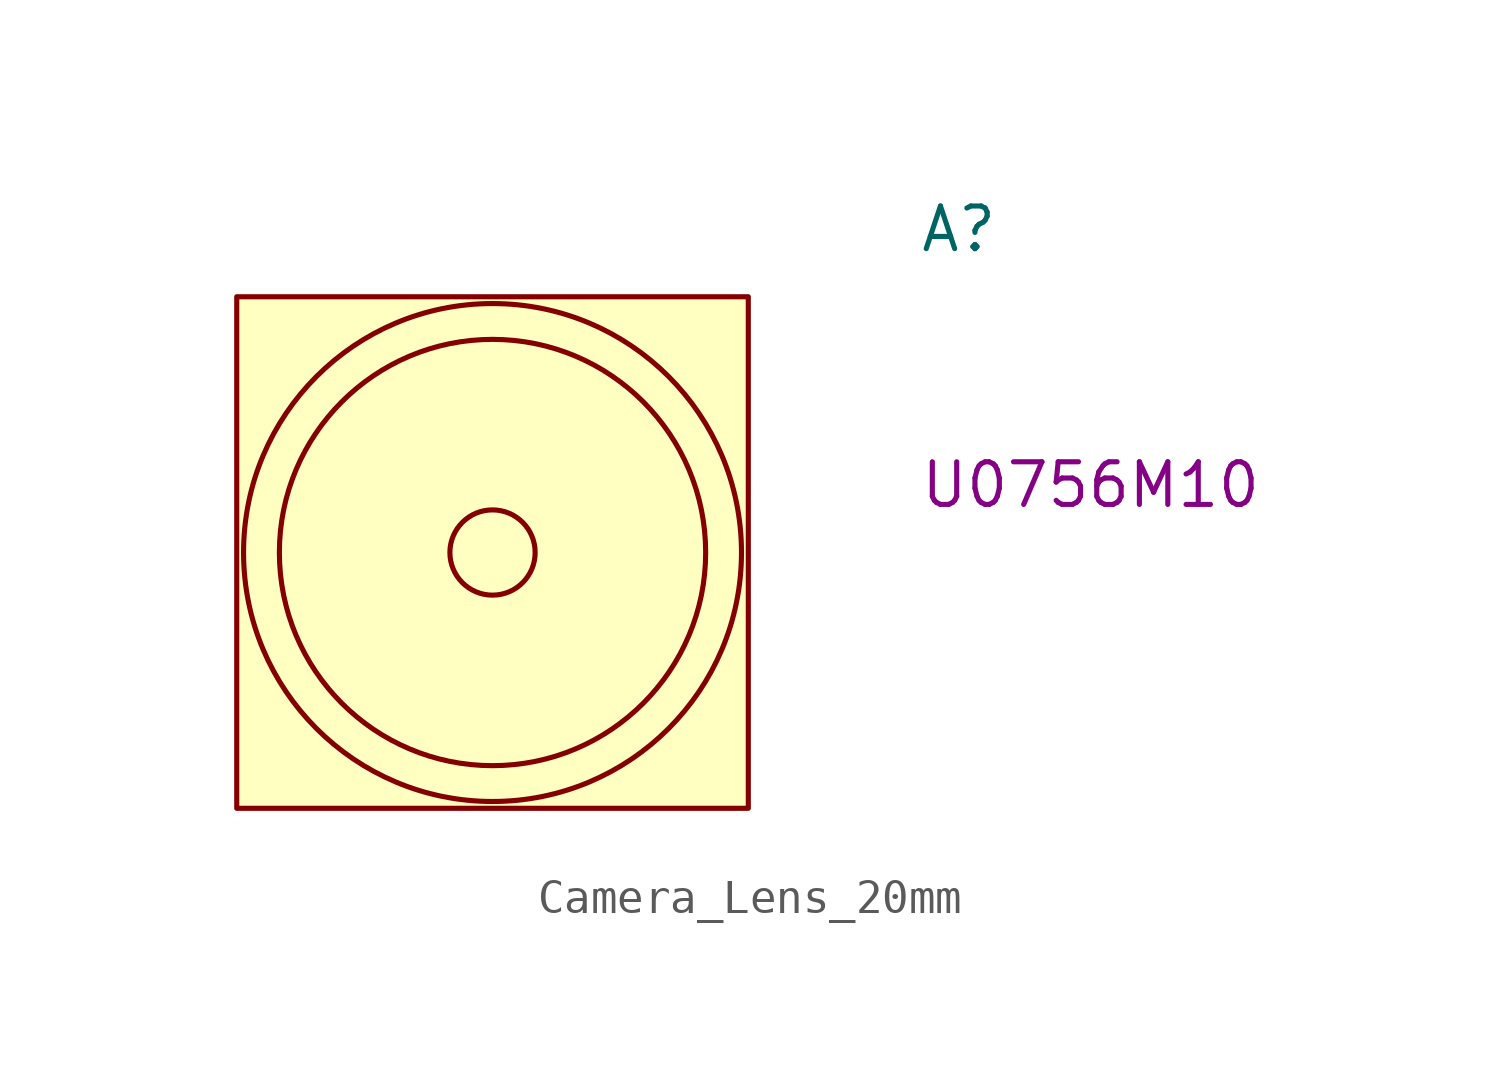
<source format=kicad_sym>
(kicad_symbol_lib
  (version 20220914)
  (generator kicad_symbol_editor)
  (symbol "Camera_Lens_20mm"
    (pin_names
      (offset 1.016))
    (property "Reference" "A"
      (at 12.7 8.89 0)
      (effects (font (size 1.27 1.27)) (justify left bottom)))
    (property "MPN" "U0756M10"
      (at 12.7 1.27 0)
      (effects (font (size 1.27 1.27)) (justify left bottom)))
    (symbol "Camera_Lens_20mm_0_1"
      (rectangle (start -7.62 7.62) (end 7.62 -7.62) (stroke (width 0) (type default)) (fill (type background)))
      (circle (center 0 0) (radius 1.27) (stroke (width 0) (type default)) (fill (type none)))
      (circle (center 0 0) (radius 6.35) (stroke (width 0) (type default)) (fill (type none)))
      (circle (center 0 0) (radius 7.417) (stroke (width 0) (type default)) (fill (type none))))))
</source>
